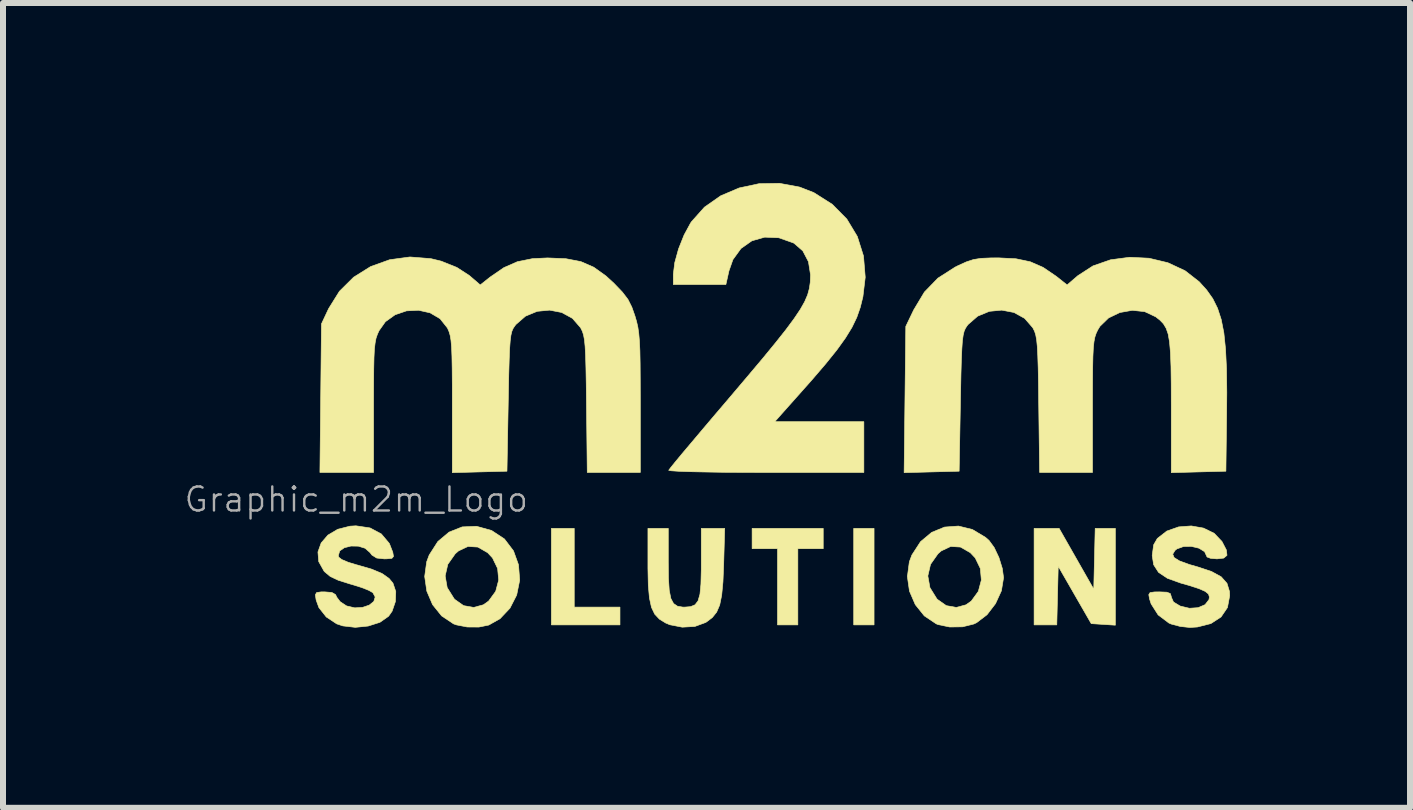
<source format=kicad_pcb>
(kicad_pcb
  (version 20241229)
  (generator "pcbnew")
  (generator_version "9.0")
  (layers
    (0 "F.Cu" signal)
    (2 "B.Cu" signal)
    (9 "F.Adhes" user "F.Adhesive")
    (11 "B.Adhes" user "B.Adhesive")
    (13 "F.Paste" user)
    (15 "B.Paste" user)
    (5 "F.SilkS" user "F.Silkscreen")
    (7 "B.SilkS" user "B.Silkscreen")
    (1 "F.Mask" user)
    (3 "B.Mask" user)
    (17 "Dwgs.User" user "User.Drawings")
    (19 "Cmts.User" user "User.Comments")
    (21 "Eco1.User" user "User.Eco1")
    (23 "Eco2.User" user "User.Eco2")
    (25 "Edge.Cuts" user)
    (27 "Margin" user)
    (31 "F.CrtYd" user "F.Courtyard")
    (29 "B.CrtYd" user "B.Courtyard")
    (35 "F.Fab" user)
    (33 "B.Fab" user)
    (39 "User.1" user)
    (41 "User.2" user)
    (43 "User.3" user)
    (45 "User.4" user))
  (footprint "Graphic_m2m_Logo"
    (layer "F.Cu")
    (at 10.287 4.273)
    (property "Reference" "Graphic_m2m_Logo" (at -7.4 1 0) (layer "F.Fab") (effects (font (size 0.4 0.4) (thickness 0.04))))
    (attr exclude_from_pos_files exclude_from_bom)
    (fp_poly (pts (xy 1.228 3.09) (xy 0.889 3.09) (xy 0.889 1.482) (xy 1.228 1.482) (xy 1.228 3.09)) (stroke (width 0.01) (type solid)) (fill yes) (layer "F.SilkS"))
    (fp_poly (pts (xy -3.768 2.794) (xy -3.006 2.794) (xy -3.006 3.09) (xy -4.149 3.09) (xy -4.149 1.482) (xy -3.768 1.482) (xy -3.768 2.794)) (stroke (width 0.01) (type solid)) (fill yes) (layer "F.SilkS"))
    (fp_poly (pts (xy 0.381 1.82) (xy -0.042 1.82) (xy -0.042 3.09) (xy -0.381 3.09) (xy -0.381 1.82) (xy -0.804 1.82) (xy -0.804 1.482) (xy 0.381 1.482) (xy 0.381 1.82)) (stroke (width 0.01) (type solid)) (fill yes) (layer "F.SilkS"))
    (fp_poly (pts (xy 4.889 2.495) (xy 4.901 1.988) (xy 4.913 1.482) (xy 5.249 1.482) (xy 5.249 3.095) (xy 5.048 3.082) (xy 4.847 3.069) (xy 4.297 2.113) (xy 4.285 2.602) (xy 4.273 3.09) (xy 3.895 3.09) (xy 3.895 1.482) (xy 4.312 1.482) (xy 4.889 2.495)) (stroke (width 0.01) (type solid)) (fill yes) (layer "F.SilkS"))
    (fp_poly (pts (xy -2.201 2.044) (xy -2.198 2.316) (xy -2.185 2.514) (xy -2.158 2.65) (xy -2.113 2.734) (xy -2.047 2.779) (xy -1.956 2.794) (xy -1.93 2.794) (xy -1.829 2.786) (xy -1.755 2.755) (xy -1.705 2.69) (xy -1.673 2.578) (xy -1.657 2.409) (xy -1.651 2.171) (xy -1.651 2.06) (xy -1.651 1.482) (xy -1.261 1.482) (xy -1.278 2.085) (xy -1.29 2.375) (xy -1.311 2.595) (xy -1.344 2.758) (xy -1.395 2.877) (xy -1.467 2.967) (xy -1.564 3.041) (xy -1.579 3.05) (xy -1.758 3.116) (xy -1.968 3.128) (xy -2.174 3.088) (xy -2.244 3.059) (xy -2.349 2.994) (xy -2.427 2.911) (xy -2.481 2.798) (xy -2.515 2.642) (xy -2.534 2.43) (xy -2.54 2.148) (xy -2.54 2.085) (xy -2.54 1.482) (xy -2.201 1.482) (xy -2.201 2.044)) (stroke (width 0.01) (type solid)) (fill yes) (layer "F.SilkS"))
    (fp_poly (pts (xy -5.148 1.516) (xy -5.142 1.519) (xy -4.931 1.658) (xy -4.78 1.857) (xy -4.697 2.088) (xy -4.677 2.345) (xy -4.727 2.592) (xy -4.839 2.811) (xy -5.005 2.987) (xy -5.193 3.093) (xy -5.357 3.126) (xy -5.552 3.125) (xy -5.731 3.09) (xy -5.779 3.073) (xy -5.978 2.94) (xy -6.129 2.752) (xy -6.225 2.527) (xy -6.26 2.284) (xy -6.259 2.274) (xy -5.919 2.274) (xy -5.885 2.469) (xy -5.77 2.653) (xy -5.758 2.666) (xy -5.612 2.769) (xy -5.445 2.799) (xy -5.282 2.755) (xy -5.195 2.693) (xy -5.077 2.531) (xy -5.027 2.343) (xy -5.045 2.15) (xy -5.13 1.974) (xy -5.211 1.887) (xy -5.375 1.793) (xy -5.539 1.783) (xy -5.696 1.857) (xy -5.751 1.905) (xy -5.875 2.081) (xy -5.919 2.274) (xy -6.259 2.274) (xy -6.227 2.039) (xy -6.185 1.926) (xy -6.041 1.701) (xy -5.854 1.544) (xy -5.635 1.457) (xy -5.396 1.447) (xy -5.148 1.516)) (stroke (width 0.01) (type solid)) (fill yes) (layer "F.SilkS"))
    (fp_poly (pts (xy 2.866 1.5) (xy 3.086 1.632) (xy 3.144 1.683) (xy 3.23 1.801) (xy 3.309 1.968) (xy 3.365 2.149) (xy 3.386 2.304) (xy 3.35 2.522) (xy 3.252 2.736) (xy 3.11 2.921) (xy 2.937 3.053) (xy 2.891 3.075) (xy 2.702 3.122) (xy 2.488 3.125) (xy 2.295 3.085) (xy 2.265 3.073) (xy 2.066 2.94) (xy 1.915 2.752) (xy 1.818 2.527) (xy 1.783 2.284) (xy 1.785 2.274) (xy 2.124 2.274) (xy 2.159 2.469) (xy 2.273 2.653) (xy 2.285 2.666) (xy 2.432 2.769) (xy 2.598 2.799) (xy 2.761 2.755) (xy 2.848 2.693) (xy 2.966 2.531) (xy 3.016 2.343) (xy 2.999 2.15) (xy 2.914 1.974) (xy 2.832 1.887) (xy 2.668 1.793) (xy 2.505 1.783) (xy 2.348 1.857) (xy 2.293 1.905) (xy 2.169 2.081) (xy 2.124 2.274) (xy 1.785 2.274) (xy 1.816 2.039) (xy 1.858 1.926) (xy 2.002 1.704) (xy 2.188 1.548) (xy 2.403 1.46) (xy 2.634 1.443) (xy 2.866 1.5)) (stroke (width 0.01) (type solid)) (fill yes) (layer "F.SilkS"))
    (fp_poly (pts (xy 6.718 1.477) (xy 6.896 1.564) (xy 7.026 1.701) (xy 7.026 1.701) (xy 7.099 1.842) (xy 7.109 1.931) (xy 7.055 1.977) (xy 6.943 1.99) (xy 6.837 1.981) (xy 6.778 1.959) (xy 6.773 1.95) (xy 6.736 1.87) (xy 6.642 1.812) (xy 6.516 1.782) (xy 6.385 1.784) (xy 6.274 1.824) (xy 6.244 1.848) (xy 6.205 1.911) (xy 6.228 1.968) (xy 6.318 2.024) (xy 6.482 2.084) (xy 6.616 2.122) (xy 6.851 2.2) (xy 7.012 2.288) (xy 7.109 2.397) (xy 7.151 2.534) (xy 7.154 2.604) (xy 7.117 2.801) (xy 7.01 2.958) (xy 6.841 3.068) (xy 6.616 3.125) (xy 6.489 3.133) (xy 6.331 3.116) (xy 6.18 3.076) (xy 6.141 3.059) (xy 5.962 2.924) (xy 5.845 2.74) (xy 5.818 2.656) (xy 5.806 2.586) (xy 5.827 2.552) (xy 5.9 2.541) (xy 5.986 2.54) (xy 6.106 2.545) (xy 6.164 2.567) (xy 6.18 2.615) (xy 6.181 2.627) (xy 6.218 2.709) (xy 6.329 2.776) (xy 6.483 2.813) (xy 6.628 2.803) (xy 6.744 2.753) (xy 6.809 2.669) (xy 6.816 2.625) (xy 6.801 2.576) (xy 6.747 2.532) (xy 6.643 2.486) (xy 6.476 2.432) (xy 6.341 2.394) (xy 6.117 2.314) (xy 5.969 2.215) (xy 5.887 2.088) (xy 5.863 1.934) (xy 5.887 1.756) (xy 5.948 1.65) (xy 6.107 1.526) (xy 6.303 1.457) (xy 6.514 1.441) (xy 6.718 1.477)) (stroke (width 0.01) (type solid)) (fill yes) (layer "F.SilkS"))
    (fp_poly (pts (xy -7.171 1.474) (xy -6.983 1.574) (xy -6.849 1.733) (xy -6.792 1.879) (xy -6.78 1.95) (xy -6.807 1.981) (xy -6.892 1.989) (xy -6.933 1.99) (xy -7.06 1.976) (xy -7.14 1.926) (xy -7.172 1.884) (xy -7.253 1.813) (xy -7.366 1.778) (xy -7.488 1.776) (xy -7.599 1.804) (xy -7.676 1.857) (xy -7.699 1.934) (xy -7.692 1.962) (xy -7.642 2.001) (xy -7.533 2.047) (xy -7.388 2.091) (xy -7.385 2.091) (xy -7.144 2.161) (xy -6.972 2.233) (xy -6.854 2.316) (xy -6.789 2.394) (xy -6.742 2.534) (xy -6.748 2.701) (xy -6.803 2.862) (xy -6.862 2.946) (xy -7.006 3.047) (xy -7.201 3.109) (xy -7.416 3.131) (xy -7.624 3.107) (xy -7.726 3.073) (xy -7.9 2.958) (xy -8.023 2.802) (xy -8.069 2.676) (xy -8.082 2.589) (xy -8.061 2.551) (xy -7.985 2.54) (xy -7.924 2.54) (xy -7.806 2.55) (xy -7.745 2.586) (xy -7.725 2.629) (xy -7.668 2.704) (xy -7.568 2.77) (xy -7.558 2.775) (xy -7.425 2.806) (xy -7.295 2.798) (xy -7.183 2.76) (xy -7.108 2.699) (xy -7.085 2.625) (xy -7.124 2.553) (xy -7.19 2.515) (xy -7.314 2.466) (xy -7.472 2.417) (xy -7.507 2.407) (xy -7.701 2.346) (xy -7.834 2.283) (xy -7.925 2.207) (xy -7.938 2.193) (xy -8.026 2.035) (xy -8.039 1.875) (xy -7.985 1.724) (xy -7.873 1.594) (xy -7.71 1.497) (xy -7.506 1.445) (xy -7.406 1.439) (xy -7.171 1.474)) (stroke (width 0.01) (type solid)) (fill yes) (layer "F.SilkS"))
    (fp_poly (pts (xy -0.013 -4.206) (xy 0.225 -4.113) (xy 0.531 -3.919) (xy 0.774 -3.673) (xy 0.949 -3.383) (xy 1.052 -3.057) (xy 1.081 -2.703) (xy 1.042 -2.377) (xy 0.998 -2.2) (xy 0.94 -2.034) (xy 0.86 -1.868) (xy 0.752 -1.692) (xy 0.609 -1.493) (xy 0.424 -1.263) (xy 0.191 -0.991) (xy 0.016 -0.794) (xy -0.427 -0.296) (xy 1.058 -0.296) (xy 1.058 0.55) (xy -0.575 0.55) (xy -0.954 0.549) (xy -1.298 0.547) (xy -1.597 0.542) (xy -1.844 0.537) (xy -2.032 0.53) (xy -2.151 0.522) (xy -2.194 0.514) (xy -2.194 0.513) (xy -2.164 0.473) (xy -2.086 0.376) (xy -1.965 0.23) (xy -1.807 0.043) (xy -1.62 -0.179) (xy -1.409 -0.428) (xy -1.195 -0.679) (xy -0.884 -1.046) (xy -0.623 -1.356) (xy -0.409 -1.617) (xy -0.237 -1.834) (xy -0.103 -2.015) (xy -0.001 -2.167) (xy 0.072 -2.296) (xy 0.121 -2.41) (xy 0.15 -2.516) (xy 0.165 -2.62) (xy 0.169 -2.729) (xy 0.169 -2.747) (xy 0.135 -2.962) (xy 0.041 -3.142) (xy -0.104 -3.268) (xy -0.116 -3.275) (xy -0.359 -3.361) (xy -0.594 -3.371) (xy -0.808 -3.31) (xy -0.989 -3.183) (xy -1.124 -2.997) (xy -1.19 -2.809) (xy -1.241 -2.582) (xy -2.117 -2.582) (xy -2.117 -2.753) (xy -2.093 -2.947) (xy -2.03 -3.175) (xy -1.938 -3.406) (xy -1.829 -3.607) (xy -1.814 -3.629) (xy -1.598 -3.871) (xy -1.328 -4.06) (xy -1.02 -4.191) (xy -0.689 -4.262) (xy -0.348 -4.268) (xy -0.013 -4.206)) (stroke (width 0.01) (type solid)) (fill yes) (layer "F.SilkS"))
    (fp_poly (pts (xy 5.81 -3.02) (xy 6.124 -2.945) (xy 6.41 -2.812) (xy 6.645 -2.629) (xy 6.77 -2.491) (xy 6.872 -2.347) (xy 6.952 -2.186) (xy 7.013 -1.999) (xy 7.057 -1.776) (xy 7.085 -1.505) (xy 7.101 -1.179) (xy 7.106 -0.785) (xy 7.103 -0.423) (xy 7.091 0.529) (xy 6.636 0.541) (xy 6.181 0.553) (xy 6.181 -0.559) (xy 6.18 -0.927) (xy 6.176 -1.22) (xy 6.167 -1.449) (xy 6.152 -1.624) (xy 6.129 -1.756) (xy 6.095 -1.853) (xy 6.05 -1.928) (xy 5.991 -1.989) (xy 5.921 -2.044) (xy 5.738 -2.13) (xy 5.531 -2.152) (xy 5.323 -2.115) (xy 5.136 -2.025) (xy 4.992 -1.885) (xy 4.956 -1.826) (xy 4.929 -1.769) (xy 4.908 -1.707) (xy 4.893 -1.63) (xy 4.882 -1.527) (xy 4.875 -1.385) (xy 4.871 -1.195) (xy 4.869 -0.944) (xy 4.868 -0.622) (xy 4.868 -0.552) (xy 4.868 0.55) (xy 3.987 0.55) (xy 3.972 -0.582) (xy 3.968 -0.924) (xy 3.963 -1.193) (xy 3.956 -1.398) (xy 3.948 -1.55) (xy 3.937 -1.661) (xy 3.922 -1.742) (xy 3.903 -1.802) (xy 3.878 -1.852) (xy 3.872 -1.863) (xy 3.737 -2.018) (xy 3.559 -2.116) (xy 3.356 -2.155) (xy 3.149 -2.135) (xy 2.955 -2.055) (xy 2.794 -1.915) (xy 2.776 -1.891) (xy 2.75 -1.851) (xy 2.729 -1.803) (xy 2.713 -1.737) (xy 2.7 -1.643) (xy 2.691 -1.51) (xy 2.683 -1.328) (xy 2.676 -1.086) (xy 2.67 -0.775) (xy 2.667 -0.621) (xy 2.646 0.529) (xy 2.187 0.541) (xy 1.729 0.553) (xy 1.743 -0.665) (xy 1.757 -1.884) (xy 1.889 -2.159) (xy 2.067 -2.456) (xy 2.292 -2.688) (xy 2.579 -2.872) (xy 2.625 -2.895) (xy 2.766 -2.959) (xy 2.884 -2.998) (xy 3.009 -3.018) (xy 3.172 -3.025) (xy 3.302 -3.026) (xy 3.593 -3.011) (xy 3.831 -2.961) (xy 4.044 -2.868) (xy 4.258 -2.723) (xy 4.279 -2.707) (xy 4.445 -2.575) (xy 4.624 -2.729) (xy 4.876 -2.892) (xy 5.169 -2.994) (xy 5.487 -3.036) (xy 5.81 -3.02)) (stroke (width 0.01) (type solid)) (fill yes) (layer "F.SilkS"))
    (fp_poly (pts (xy -6.157 -3.013) (xy -5.984 -2.971) (xy -5.725 -2.867) (xy -5.518 -2.733) (xy -5.513 -2.729) (xy -5.334 -2.575) (xy -5.168 -2.707) (xy -4.941 -2.863) (xy -4.716 -2.962) (xy -4.464 -3.013) (xy -4.212 -3.025) (xy -3.907 -3.012) (xy -3.658 -2.964) (xy -3.444 -2.871) (xy -3.24 -2.725) (xy -3.105 -2.601) (xy -2.966 -2.456) (xy -2.873 -2.334) (xy -2.808 -2.205) (xy -2.756 -2.057) (xy -2.729 -1.964) (xy -2.708 -1.872) (xy -2.693 -1.768) (xy -2.682 -1.641) (xy -2.674 -1.478) (xy -2.67 -1.268) (xy -2.668 -0.999) (xy -2.667 -0.658) (xy -2.667 -0.609) (xy -2.667 0.55) (xy -3.551 0.55) (xy -3.564 -0.582) (xy -3.568 -0.924) (xy -3.573 -1.192) (xy -3.579 -1.397) (xy -3.587 -1.55) (xy -3.598 -1.661) (xy -3.613 -1.741) (xy -3.632 -1.801) (xy -3.657 -1.852) (xy -3.663 -1.863) (xy -3.798 -2.018) (xy -3.977 -2.116) (xy -4.179 -2.155) (xy -4.386 -2.135) (xy -4.58 -2.055) (xy -4.741 -1.915) (xy -4.759 -1.891) (xy -4.786 -1.851) (xy -4.807 -1.803) (xy -4.823 -1.737) (xy -4.835 -1.643) (xy -4.845 -1.51) (xy -4.852 -1.328) (xy -4.859 -1.086) (xy -4.865 -0.775) (xy -4.868 -0.621) (xy -4.889 0.529) (xy -5.345 0.541) (xy -5.8 0.553) (xy -5.8 -0.572) (xy -5.8 -0.913) (xy -5.802 -1.181) (xy -5.806 -1.387) (xy -5.812 -1.54) (xy -5.822 -1.652) (xy -5.836 -1.735) (xy -5.855 -1.798) (xy -5.879 -1.853) (xy -5.882 -1.859) (xy -6.004 -2.012) (xy -6.17 -2.11) (xy -6.362 -2.153) (xy -6.563 -2.143) (xy -6.753 -2.078) (xy -6.915 -1.962) (xy -7.021 -1.812) (xy -7.049 -1.75) (xy -7.071 -1.686) (xy -7.086 -1.608) (xy -7.098 -1.506) (xy -7.105 -1.366) (xy -7.109 -1.179) (xy -7.111 -0.933) (xy -7.112 -0.615) (xy -7.112 -0.537) (xy -7.112 0.55) (xy -8.006 0.55) (xy -7.98 -1.926) (xy -7.861 -2.18) (xy -7.681 -2.469) (xy -7.444 -2.704) (xy -7.161 -2.881) (xy -6.844 -2.995) (xy -6.506 -3.041) (xy -6.157 -3.013)) (stroke (width 0.01) (type solid)) (fill yes) (layer "F.SilkS")))
  (gr_rect
    (start -3 -3)
    (end 20.446 10.411)
    (stroke (width 0.1) (type default))
    (fill no)
    (layer "Edge.Cuts")))
</source>
